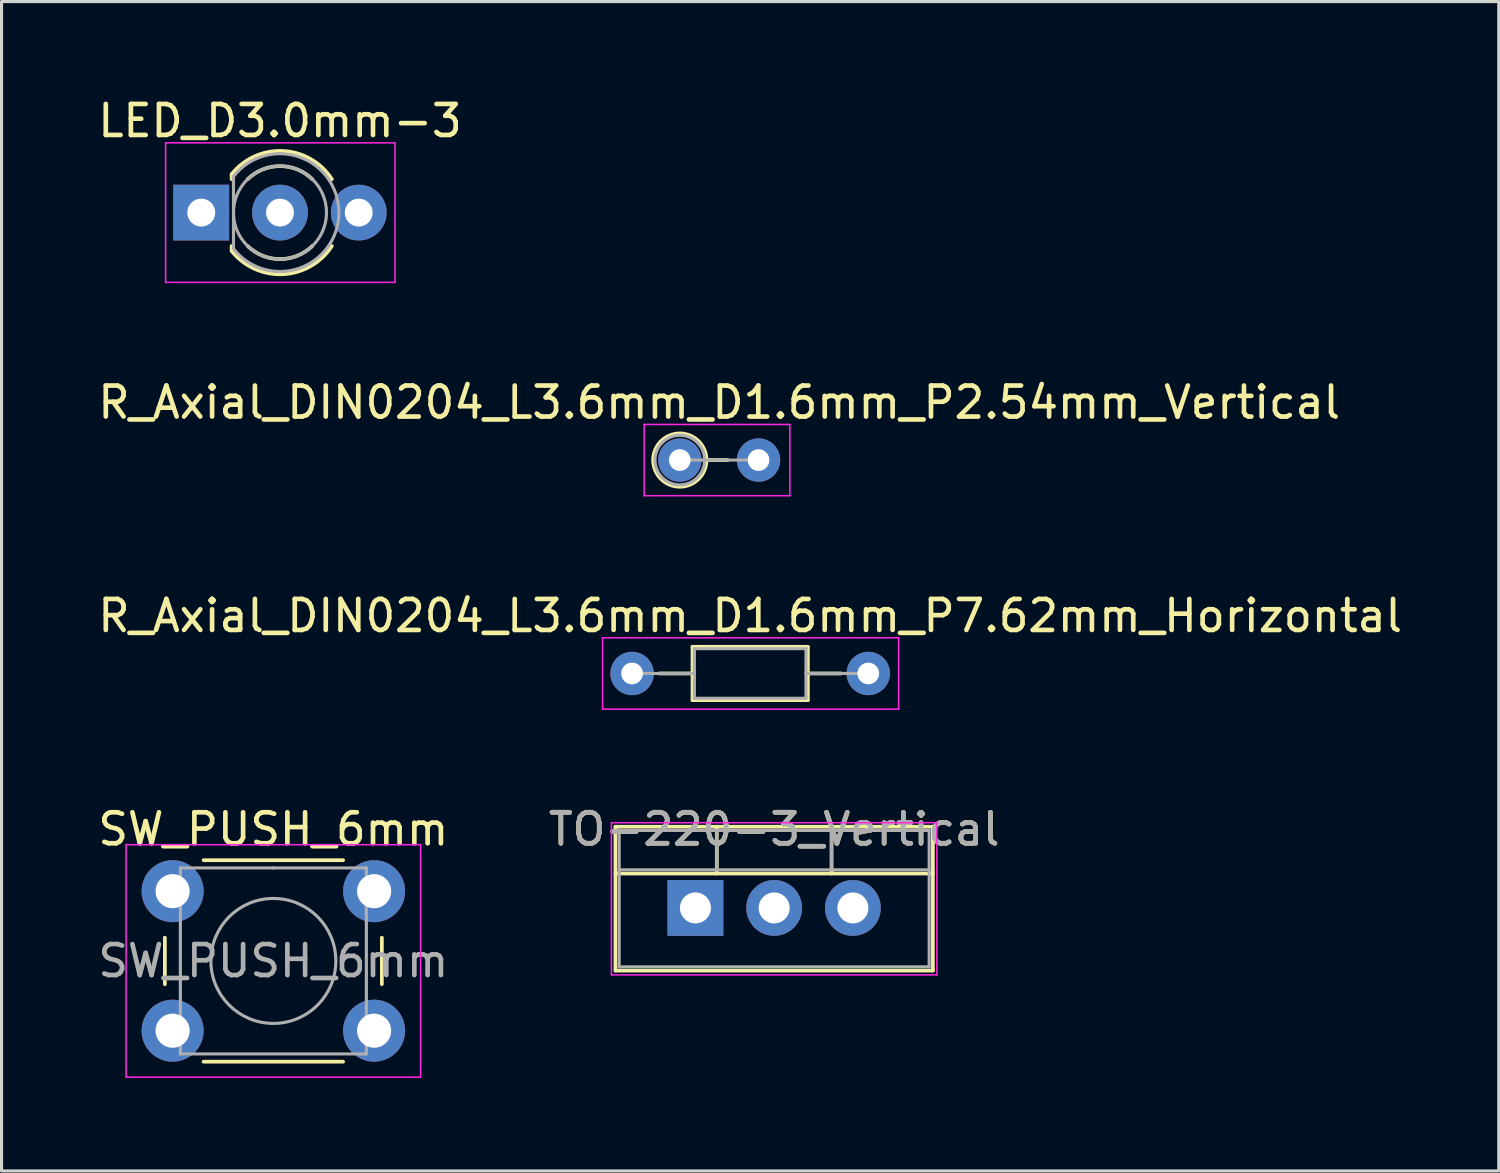
<source format=kicad_pcb>
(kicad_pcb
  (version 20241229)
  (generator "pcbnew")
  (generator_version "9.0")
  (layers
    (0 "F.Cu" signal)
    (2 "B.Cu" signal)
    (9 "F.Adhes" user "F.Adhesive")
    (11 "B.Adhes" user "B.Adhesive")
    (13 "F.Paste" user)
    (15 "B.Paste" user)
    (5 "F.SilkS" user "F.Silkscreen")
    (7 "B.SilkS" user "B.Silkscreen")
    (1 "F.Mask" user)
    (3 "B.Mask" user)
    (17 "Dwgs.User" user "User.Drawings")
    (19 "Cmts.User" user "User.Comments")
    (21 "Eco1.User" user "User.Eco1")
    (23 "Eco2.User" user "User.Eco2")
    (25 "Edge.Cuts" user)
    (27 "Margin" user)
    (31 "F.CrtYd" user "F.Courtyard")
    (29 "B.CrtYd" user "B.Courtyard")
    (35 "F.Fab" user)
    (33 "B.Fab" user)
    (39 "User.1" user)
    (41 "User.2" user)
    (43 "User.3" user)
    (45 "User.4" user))
  (footprint "LED_D3.0mm-3"
    (layer "F.Cu")
    (at 3.442 3.808)
    (property "Reference" "LED_D3.0mm-3" (at 2.54 -2.96 180) (layer "F.SilkS") (effects (font (size 1 1) (thickness 0.15))))
    (attr through_hole)
    (fp_line (start 0.98 -1.236) (end 0.98 -1.08) (stroke (width 0.12) (type solid)) (layer "F.SilkS"))
    (fp_line (start 0.98 1.08) (end 0.98 1.236) (stroke (width 0.12) (type solid)) (layer "F.SilkS"))
    (fp_arc (start 0.98 -1.235516) (mid 2.636487 -1.987659) (end 4.212335 -1.078608) (stroke (width 0.12) (type solid)) (layer "F.SilkS"))
    (fp_arc (start 1.499039 -1.08) (mid 2.540117 -1.5) (end 3.58113 -1.079837) (stroke (width 0.12) (type solid)) (layer "F.SilkS"))
    (fp_arc (start 3.58113 1.079837) (mid 2.540117 1.5) (end 1.499039 1.08) (stroke (width 0.12) (type solid)) (layer "F.SilkS"))
    (fp_arc (start 4.212335 1.078608) (mid 2.636487 1.987659) (end 0.98 1.235516) (stroke (width 0.12) (type solid)) (layer "F.SilkS"))
    (fp_line (start -1.15 -2.25) (end -1.15 2.25) (stroke (width 0.05) (type solid)) (layer "F.CrtYd"))
    (fp_line (start -1.15 2.25) (end 6.25 2.25) (stroke (width 0.05) (type solid)) (layer "F.CrtYd"))
    (fp_line (start 6.25 -2.25) (end -1.15 -2.25) (stroke (width 0.05) (type solid)) (layer "F.CrtYd"))
    (fp_line (start 6.25 2.25) (end 6.25 -2.25) (stroke (width 0.05) (type solid)) (layer "F.CrtYd"))
    (fp_line (start 1.04 -1.166) (end 1.04 1.166) (stroke (width 0.1) (type solid)) (layer "F.Fab"))
    (fp_arc (start 1.04 -1.16619) (mid 4.44 0.000452) (end 1.039445 1.165476) (stroke (width 0.1) (type solid)) (layer "F.Fab"))
    (fp_circle (center 2.54 0) (end 4.04 0) (stroke (width 0.1) (type solid)) (fill no) (layer "F.Fab"))
    (pad "1" thru_hole rect (at 0 0) (size 1.8 1.8) (drill 0.9) (layers "*.Cu" "*.Mask"))
    (pad "2" thru_hole circle (at 2.54 0) (size 1.8 1.8) (drill 0.9) (layers "*.Cu" "*.Mask"))
    (pad "3" thru_hole circle (at 5.08 0) (size 1.8 1.8) (drill 0.9) (layers "*.Cu" "*.Mask")))
  (footprint "R_Axial_DIN0204_L3.6mm_D1.6mm_P2.54mm_Vertical"
    (layer "F.Cu")
    (at 18.879 11.791)
    (property "Reference" "R_Axial_DIN0204_L3.6mm_D1.6mm_P2.54mm_Vertical" (at 1.27 -1.86 0) (layer "F.SilkS") (effects (font (size 1 1) (thickness 0.15))))
    (attr through_hole)
    (fp_line (start 0.86 0) (end 1.54 0) (stroke (width 0.12) (type solid)) (layer "F.SilkS"))
    (fp_circle (center 0 0) (end 0.86 0) (stroke (width 0.12) (type solid)) (fill no) (layer "F.SilkS"))
    (fp_line (start -1.15 -1.15) (end -1.15 1.15) (stroke (width 0.05) (type solid)) (layer "F.CrtYd"))
    (fp_line (start -1.15 1.15) (end 3.55 1.15) (stroke (width 0.05) (type solid)) (layer "F.CrtYd"))
    (fp_line (start 3.55 -1.15) (end -1.15 -1.15) (stroke (width 0.05) (type solid)) (layer "F.CrtYd"))
    (fp_line (start 3.55 1.15) (end 3.55 -1.15) (stroke (width 0.05) (type solid)) (layer "F.CrtYd"))
    (fp_line (start 0 0) (end 2.54 0) (stroke (width 0.1) (type solid)) (layer "F.Fab"))
    (fp_circle (center 0 0) (end 0.8 0) (stroke (width 0.1) (type solid)) (fill no) (layer "F.Fab"))
    (pad "1" thru_hole circle (at 0 0) (size 1.4 1.4) (drill 0.7) (layers "*.Cu" "*.Mask"))
    (pad "2" thru_hole oval (at 2.54 0) (size 1.4 1.4) (drill 0.7) (layers "*.Cu" "*.Mask")))
  (footprint "TO-220-3_Vertical"
    (layer "F.Cu")
    (at 19.383 26.238)
    (property "Reference" "TO-220-3_Vertical" (at 2.54 -2.54 180) (layer "F.SilkS") (effects (font (size 1 1) (thickness 0.15))))
    (attr through_hole)
    (fp_line (start -2.58 -2.62) (end -2.58 2.021) (stroke (width 0.12) (type solid)) (layer "F.SilkS"))
    (fp_line (start -2.58 -2.62) (end 7.66 -2.62) (stroke (width 0.12) (type solid)) (layer "F.SilkS"))
    (fp_line (start -2.58 -1.11) (end 7.66 -1.11) (stroke (width 0.12) (type solid)) (layer "F.SilkS"))
    (fp_line (start -2.58 2.021) (end 7.66 2.021) (stroke (width 0.12) (type solid)) (layer "F.SilkS"))
    (fp_line (start 0.69 -2.62) (end 0.69 -1.11) (stroke (width 0.12) (type solid)) (layer "F.SilkS"))
    (fp_line (start 4.391 -2.62) (end 4.391 -1.11) (stroke (width 0.12) (type solid)) (layer "F.SilkS"))
    (fp_line (start 7.66 -2.62) (end 7.66 2.021) (stroke (width 0.12) (type solid)) (layer "F.SilkS"))
    (fp_line (start -2.71 -2.75) (end -2.71 2.16) (stroke (width 0.05) (type solid)) (layer "F.CrtYd"))
    (fp_line (start -2.71 2.16) (end 7.79 2.16) (stroke (width 0.05) (type solid)) (layer "F.CrtYd"))
    (fp_line (start 7.79 -2.75) (end -2.71 -2.75) (stroke (width 0.05) (type solid)) (layer "F.CrtYd"))
    (fp_line (start 7.79 2.16) (end 7.79 -2.75) (stroke (width 0.05) (type solid)) (layer "F.CrtYd"))
    (fp_line (start -2.46 -2.5) (end -2.46 1.9) (stroke (width 0.1) (type solid)) (layer "F.Fab"))
    (fp_line (start -2.46 -1.23) (end 7.54 -1.23) (stroke (width 0.1) (type solid)) (layer "F.Fab"))
    (fp_line (start -2.46 1.9) (end 7.54 1.9) (stroke (width 0.1) (type solid)) (layer "F.Fab"))
    (fp_line (start 0.69 -2.5) (end 0.69 -1.23) (stroke (width 0.1) (type solid)) (layer "F.Fab"))
    (fp_line (start 4.39 -2.5) (end 4.39 -1.23) (stroke (width 0.1) (type solid)) (layer "F.Fab"))
    (fp_line (start 7.54 -2.5) (end -2.46 -2.5) (stroke (width 0.1) (type solid)) (layer "F.Fab"))
    (fp_line (start 7.54 1.9) (end 7.54 -2.5) (stroke (width 0.1) (type solid)) (layer "F.Fab"))
    (fp_text user "${REFERENCE}" (at 2.54 -2.54 180) (layer "F.Fab") (effects (font (size 1 1) (thickness 0.15))))
    (pad "1" thru_hole rect (at 0 0) (size 1.8 1.8) (drill 1) (layers "*.Cu" "*.Mask"))
    (pad "2" thru_hole oval (at 2.54 0) (size 1.8 1.8) (drill 1) (layers "*.Cu" "*.Mask"))
    (pad "3" thru_hole oval (at 5.08 0) (size 1.8 1.8) (drill 1) (layers "*.Cu" "*.Mask")))
  (footprint "R_Axial_DIN0204_L3.6mm_D1.6mm_P7.62mm_Horizontal"
    (layer "F.Cu")
    (at 17.339 18.675)
    (property "Reference" "R_Axial_DIN0204_L3.6mm_D1.6mm_P7.62mm_Horizontal" (at 3.81 -1.86 0) (layer "F.SilkS") (effects (font (size 1 1) (thickness 0.15))))
    (attr through_hole)
    (fp_line (start 0.88 0) (end 1.95 0) (stroke (width 0.12) (type solid)) (layer "F.SilkS"))
    (fp_line (start 1.95 -0.86) (end 1.95 0.86) (stroke (width 0.12) (type solid)) (layer "F.SilkS"))
    (fp_line (start 1.95 0.86) (end 5.67 0.86) (stroke (width 0.12) (type solid)) (layer "F.SilkS"))
    (fp_line (start 5.67 -0.86) (end 1.95 -0.86) (stroke (width 0.12) (type solid)) (layer "F.SilkS"))
    (fp_line (start 5.67 0.86) (end 5.67 -0.86) (stroke (width 0.12) (type solid)) (layer "F.SilkS"))
    (fp_line (start 6.74 0) (end 5.67 0) (stroke (width 0.12) (type solid)) (layer "F.SilkS"))
    (fp_line (start -0.95 -1.15) (end -0.95 1.15) (stroke (width 0.05) (type solid)) (layer "F.CrtYd"))
    (fp_line (start -0.95 1.15) (end 8.6 1.15) (stroke (width 0.05) (type solid)) (layer "F.CrtYd"))
    (fp_line (start 8.6 -1.15) (end -0.95 -1.15) (stroke (width 0.05) (type solid)) (layer "F.CrtYd"))
    (fp_line (start 8.6 1.15) (end 8.6 -1.15) (stroke (width 0.05) (type solid)) (layer "F.CrtYd"))
    (fp_line (start 0 0) (end 2.01 0) (stroke (width 0.1) (type solid)) (layer "F.Fab"))
    (fp_line (start 2.01 -0.8) (end 2.01 0.8) (stroke (width 0.1) (type solid)) (layer "F.Fab"))
    (fp_line (start 2.01 0.8) (end 5.61 0.8) (stroke (width 0.1) (type solid)) (layer "F.Fab"))
    (fp_line (start 5.61 -0.8) (end 2.01 -0.8) (stroke (width 0.1) (type solid)) (layer "F.Fab"))
    (fp_line (start 5.61 0.8) (end 5.61 -0.8) (stroke (width 0.1) (type solid)) (layer "F.Fab"))
    (fp_line (start 7.62 0) (end 5.61 0) (stroke (width 0.1) (type solid)) (layer "F.Fab"))
    (pad "1" thru_hole circle (at 0 0) (size 1.4 1.4) (drill 0.7) (layers "*.Cu" "*.Mask"))
    (pad "2" thru_hole oval (at 7.62 0) (size 1.4 1.4) (drill 0.7) (layers "*.Cu" "*.Mask")))
  (footprint "SW_PUSH_6mm"
    (layer "F.Cu")
    (at 2.518 25.698)
    (property "Reference" "SW_PUSH_6mm" (at 3.25 -2 180) (layer "F.SilkS") (effects (font (size 1 1) (thickness 0.15))))
    (attr through_hole)
    (fp_line (start -0.25 1.5) (end -0.25 3) (stroke (width 0.12) (type solid)) (layer "F.SilkS"))
    (fp_line (start 1 5.5) (end 5.5 5.5) (stroke (width 0.12) (type solid)) (layer "F.SilkS"))
    (fp_line (start 5.5 -1) (end 1 -1) (stroke (width 0.12) (type solid)) (layer "F.SilkS"))
    (fp_line (start 6.75 3) (end 6.75 1.5) (stroke (width 0.12) (type solid)) (layer "F.SilkS"))
    (fp_line (start -1.5 -1.5) (end -1.25 -1.5) (stroke (width 0.05) (type solid)) (layer "F.CrtYd"))
    (fp_line (start -1.5 -1.25) (end -1.5 -1.5) (stroke (width 0.05) (type solid)) (layer "F.CrtYd"))
    (fp_line (start -1.5 5.75) (end -1.5 -1.25) (stroke (width 0.05) (type solid)) (layer "F.CrtYd"))
    (fp_line (start -1.5 5.75) (end -1.5 6) (stroke (width 0.05) (type solid)) (layer "F.CrtYd"))
    (fp_line (start -1.5 6) (end -1.25 6) (stroke (width 0.05) (type solid)) (layer "F.CrtYd"))
    (fp_line (start -1.25 -1.5) (end 7.75 -1.5) (stroke (width 0.05) (type solid)) (layer "F.CrtYd"))
    (fp_line (start 7.75 -1.5) (end 8 -1.5) (stroke (width 0.05) (type solid)) (layer "F.CrtYd"))
    (fp_line (start 7.75 6) (end -1.25 6) (stroke (width 0.05) (type solid)) (layer "F.CrtYd"))
    (fp_line (start 7.75 6) (end 8 6) (stroke (width 0.05) (type solid)) (layer "F.CrtYd"))
    (fp_line (start 8 -1.5) (end 8 -1.25) (stroke (width 0.05) (type solid)) (layer "F.CrtYd"))
    (fp_line (start 8 -1.25) (end 8 5.75) (stroke (width 0.05) (type solid)) (layer "F.CrtYd"))
    (fp_line (start 8 6) (end 8 5.75) (stroke (width 0.05) (type solid)) (layer "F.CrtYd"))
    (fp_line (start 0.25 -0.75) (end 3.25 -0.75) (stroke (width 0.1) (type solid)) (layer "F.Fab"))
    (fp_line (start 0.25 5.25) (end 0.25 -0.75) (stroke (width 0.1) (type solid)) (layer "F.Fab"))
    (fp_line (start 3.25 -0.75) (end 6.25 -0.75) (stroke (width 0.1) (type solid)) (layer "F.Fab"))
    (fp_line (start 6.25 -0.75) (end 6.25 5.25) (stroke (width 0.1) (type solid)) (layer "F.Fab"))
    (fp_line (start 6.25 5.25) (end 0.25 5.25) (stroke (width 0.1) (type solid)) (layer "F.Fab"))
    (fp_circle (center 3.25 2.25) (end 1.25 2.5) (stroke (width 0.1) (type solid)) (fill no) (layer "F.Fab"))
    (fp_text user "${REFERENCE}" (at 3.25 2.25 180) (layer "F.Fab") (effects (font (size 1 1) (thickness 0.15))))
    (pad "1" thru_hole circle (at 0 0 90) (size 2 2) (drill 1.1) (layers "*.Cu" "*.Mask"))
    (pad "1" thru_hole circle (at 6.5 0 90) (size 2 2) (drill 1.1) (layers "*.Cu" "*.Mask"))
    (pad "2" thru_hole circle (at 0 4.5 90) (size 2 2) (drill 1.1) (layers "*.Cu" "*.Mask"))
    (pad "2" thru_hole circle (at 6.5 4.5 90) (size 2 2) (drill 1.1) (layers "*.Cu" "*.Mask")))
  (gr_rect
    (start -3 -3)
    (end 45.298 34.723)
    (stroke (width 0.1) (type default))
    (fill no)
    (layer "Edge.Cuts")))
</source>
